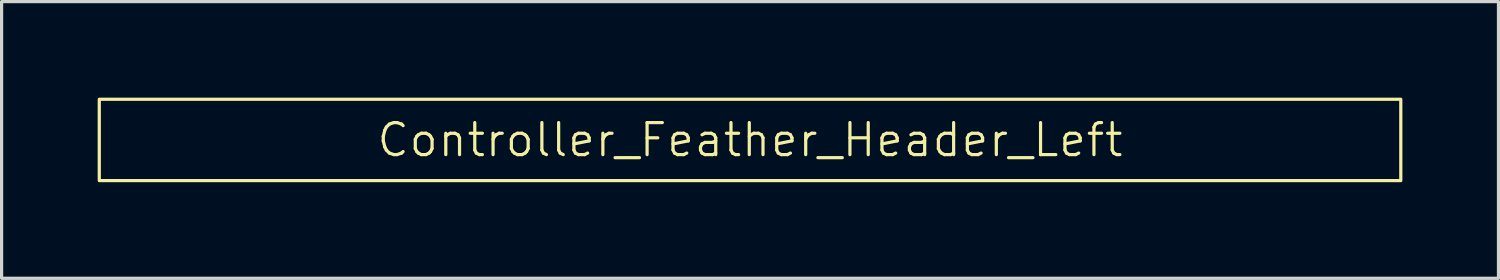
<source format=kicad_pcb>
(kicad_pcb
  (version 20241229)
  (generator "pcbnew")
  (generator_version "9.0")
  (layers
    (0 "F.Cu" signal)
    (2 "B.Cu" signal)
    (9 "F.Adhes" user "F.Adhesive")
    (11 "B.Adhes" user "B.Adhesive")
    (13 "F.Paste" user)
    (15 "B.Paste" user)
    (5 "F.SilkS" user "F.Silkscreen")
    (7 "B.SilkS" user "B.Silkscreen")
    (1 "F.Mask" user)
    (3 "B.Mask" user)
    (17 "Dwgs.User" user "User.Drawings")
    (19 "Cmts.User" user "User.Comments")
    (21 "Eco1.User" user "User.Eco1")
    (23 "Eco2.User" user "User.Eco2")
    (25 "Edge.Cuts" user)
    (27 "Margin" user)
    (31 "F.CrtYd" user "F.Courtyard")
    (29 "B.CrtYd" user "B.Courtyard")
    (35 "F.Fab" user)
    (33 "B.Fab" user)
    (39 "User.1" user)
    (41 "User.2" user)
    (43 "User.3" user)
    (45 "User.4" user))
  (footprint "Controller_Feather_Header_Left"
    (layer "F.Cu")
    (at 20.37 1.32)
    (property "Reference" "Controller_Feather_Header_Left" (at 0 0 0) (unlocked yes) (layer "F.SilkS") (effects (font (size 1 1) (thickness 0.1))))
    (attr smd)
    (fp_rect (start -20.32 -1.27) (end 20.32 1.27) (stroke (width 0.1) (type default)) (fill no) (layer "F.SilkS")))
  (gr_rect
    (start -3 -3)
    (end 43.74 5.64)
    (stroke (width 0.1) (type default))
    (fill no)
    (layer "Edge.Cuts")))
</source>
